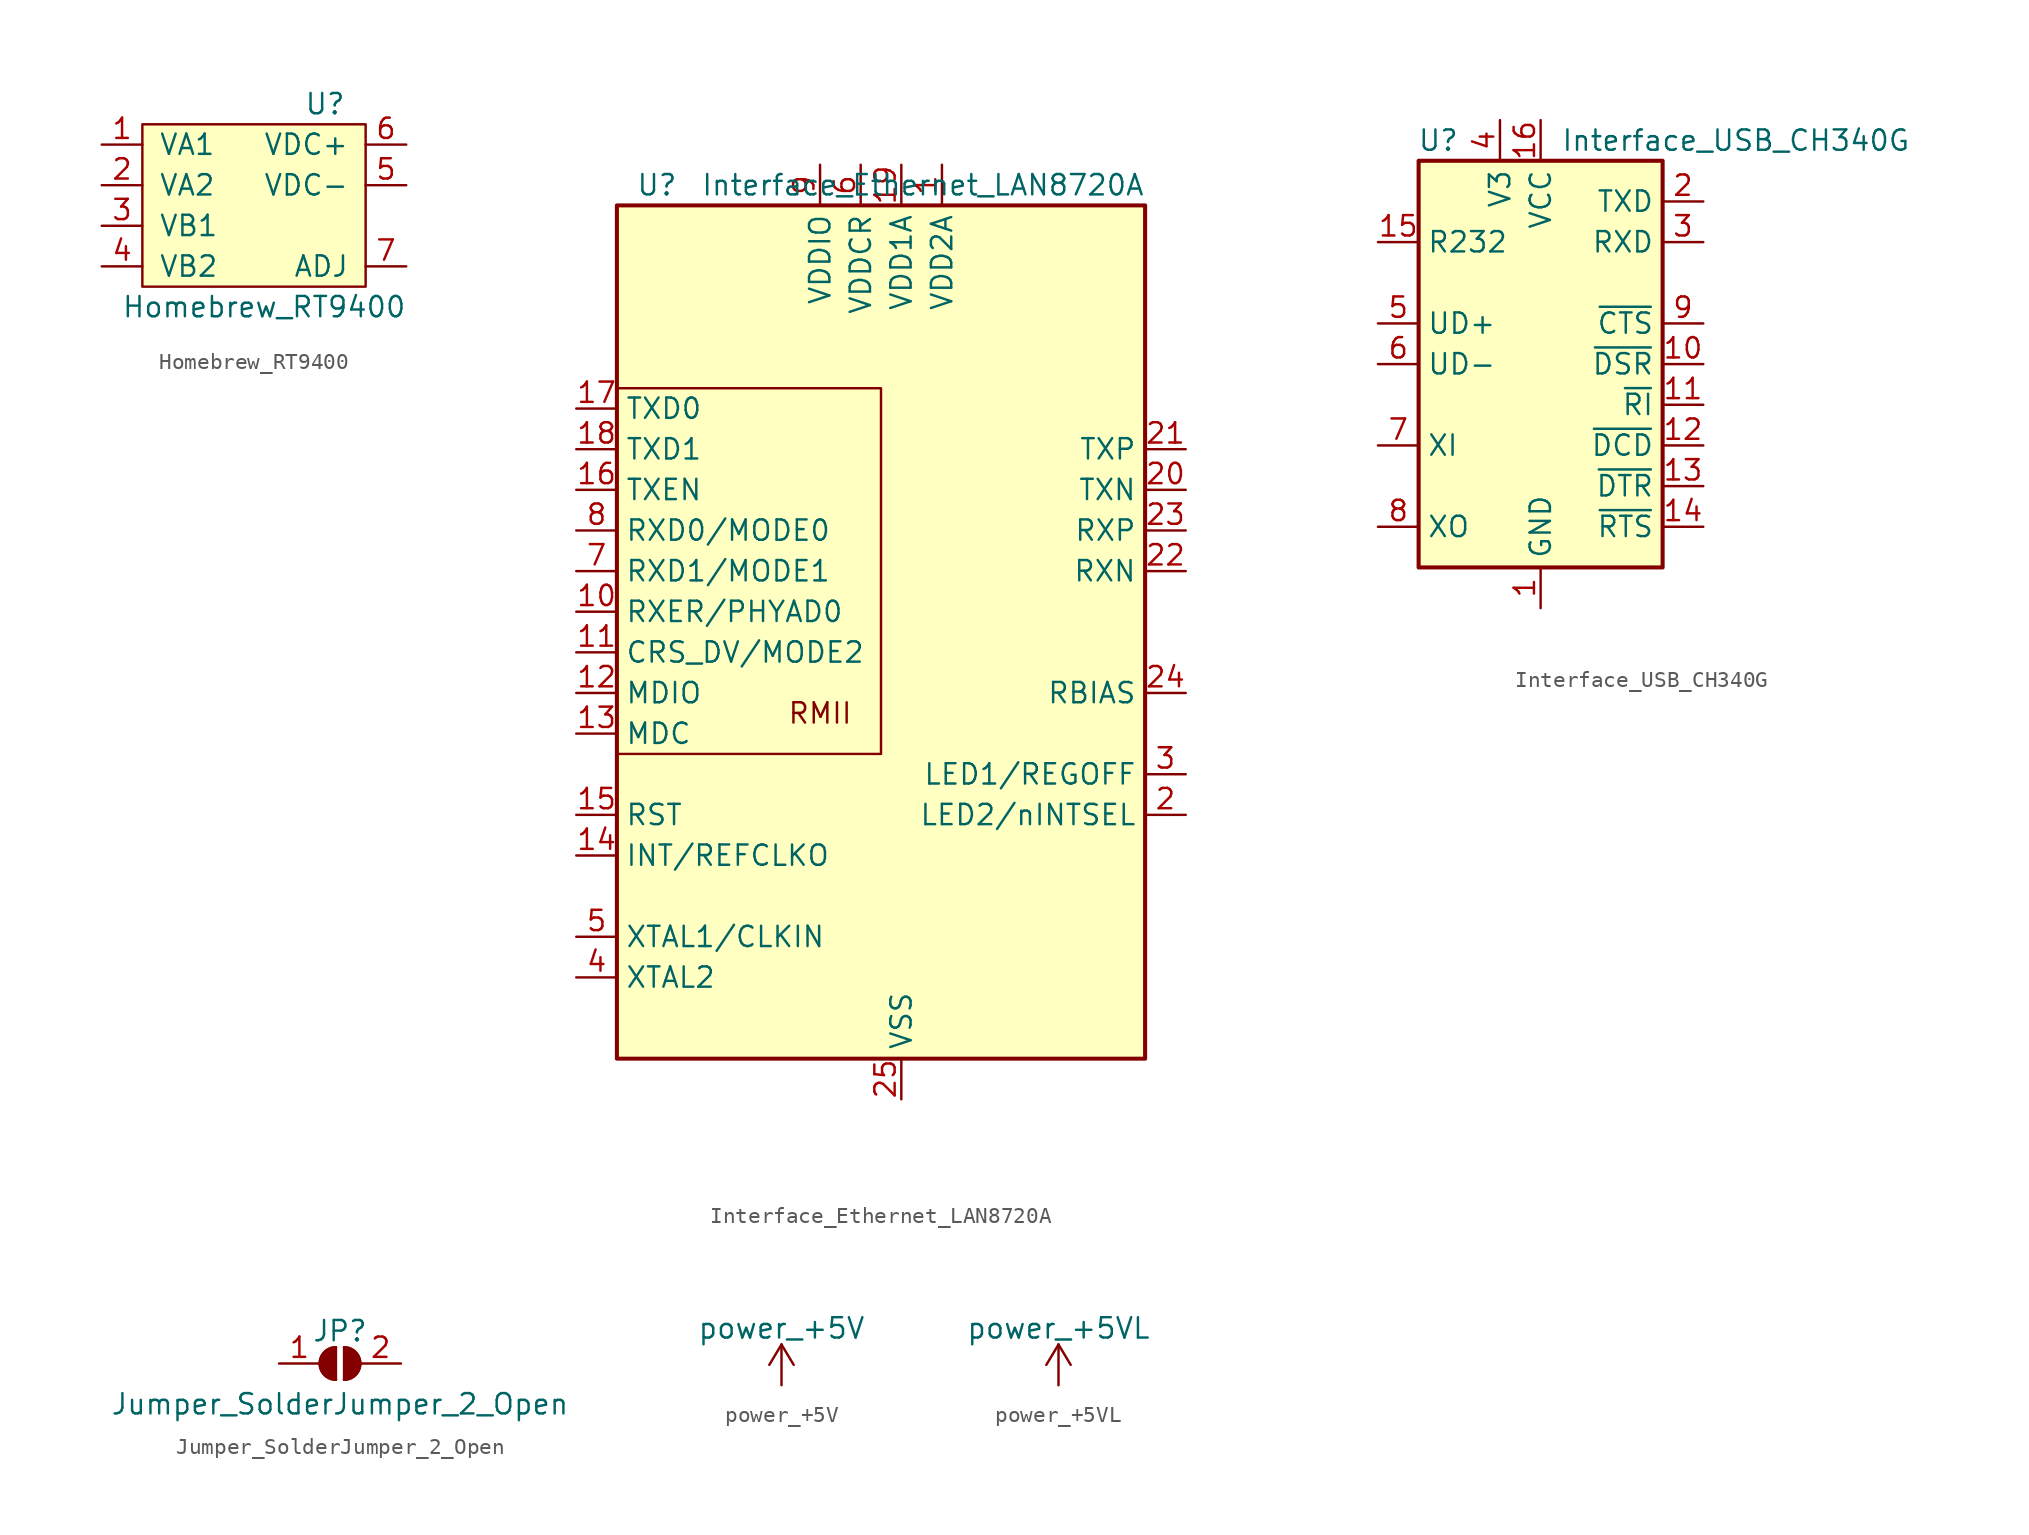
<source format=kicad_sym>
(kicad_symbol_lib
  (version 20231120)
  (generator "kicad_symbol_editor")
  (generator_version "8.0")
  (symbol "Homebrew_RT9400"
    (pin_names
      (offset 1.016))
    (property "Reference" "U"
      (at 5.08 6.35 0)
      (effects (font (size 1.27 1.27))))
    (property "Value" "Homebrew_RT9400"
      (at 1.27 -6.35 0)
      (effects (font (size 1.27 1.27))))
    (symbol "Homebrew_RT9400_0_1"
      (rectangle (start -6.35 5.08) (end 7.62 -5.08) (stroke (width 0) (type solid)) (fill (type background))))
    (symbol "Homebrew_RT9400_1_1"
      (pin power_in line (at -8.89 3.81 0) (length 2.54) (name "VA1" (effects (font (size 1.27 1.27)))) (number "1" (effects (font (size 1.27 1.27)))))
      (pin power_in line (at -8.89 1.27 0) (length 2.54) (name "VA2" (effects (font (size 1.27 1.27)))) (number "2" (effects (font (size 1.27 1.27)))))
      (pin power_in line (at -8.89 -1.27 0) (length 2.54) (name "VB1" (effects (font (size 1.27 1.27)))) (number "3" (effects (font (size 1.27 1.27)))))
      (pin power_in line (at -8.89 -3.81 0) (length 2.54) (name "VB2" (effects (font (size 1.27 1.27)))) (number "4" (effects (font (size 1.27 1.27)))))
      (pin power_in line (at 10.16 1.27 180) (length 2.54) (name "VDC-" (effects (font (size 1.27 1.27)))) (number "5" (effects (font (size 1.27 1.27)))))
      (pin power_out line (at 10.16 3.81 180) (length 2.54) (name "VDC+" (effects (font (size 1.27 1.27)))) (number "6" (effects (font (size 1.27 1.27)))))
      (pin input line (at 10.16 -3.81 180) (length 2.54) (name "ADJ" (effects (font (size 1.27 1.27)))) (number "7" (effects (font (size 1.27 1.27)))))))
  (symbol "Interface_Ethernet_LAN8720A"
    (property "Reference" "U"
      (at -13.97 29.21 0)
      (effects (font (size 1.27 1.27)) (justify right)))
    (property "Value" "Interface_Ethernet_LAN8720A"
      (at 15.24 29.21 0)
      (effects (font (size 1.27 1.27)) (justify right)))
    (symbol "Interface_Ethernet_LAN8720A_0_0"
      (text "RMII" (at -5.08 -3.81 0) (effects (font (size 1.27 1.27)))))
    (symbol "Interface_Ethernet_LAN8720A_0_1"
      (rectangle (start -17.78 27.94) (end 15.24 -25.4) (stroke (width 0.254) (type solid)) (fill (type background)))
      (polyline (pts (xy -17.78 -6.35) (xy -1.27 -6.35) (xy -1.27 16.51) (xy -17.78 16.51)) (stroke (width 0) (type solid)) (fill (type none))))
    (symbol "Interface_Ethernet_LAN8720A_1_1"
      (pin power_in line (at 2.54 30.48 270) (length 2.54) (name "VDD2A" (effects (font (size 1.27 1.27)))) (number "1" (effects (font (size 1.27 1.27)))))
      (pin output line (at -20.32 2.54 0) (length 2.54) (name "RXER/PHYAD0" (effects (font (size 1.27 1.27)))) (number "10" (effects (font (size 1.27 1.27)))))
      (pin output line (at -20.32 0 0) (length 2.54) (name "CRS_DV/MODE2" (effects (font (size 1.27 1.27)))) (number "11" (effects (font (size 1.27 1.27)))))
      (pin bidirectional line (at -20.32 -2.54 0) (length 2.54) (name "MDIO" (effects (font (size 1.27 1.27)))) (number "12" (effects (font (size 1.27 1.27)))))
      (pin input line (at -20.32 -5.08 0) (length 2.54) (name "MDC" (effects (font (size 1.27 1.27)))) (number "13" (effects (font (size 1.27 1.27)))))
      (pin output line (at -20.32 -12.7 0) (length 2.54) (name "INT/REFCLKO" (effects (font (size 1.27 1.27)))) (number "14" (effects (font (size 1.27 1.27)))))
      (pin input line (at -20.32 -10.16 0) (length 2.54) (name "RST" (effects (font (size 1.27 1.27)))) (number "15" (effects (font (size 1.27 1.27)))))
      (pin input line (at -20.32 10.16 0) (length 2.54) (name "TXEN" (effects (font (size 1.27 1.27)))) (number "16" (effects (font (size 1.27 1.27)))))
      (pin input line (at -20.32 15.24 0) (length 2.54) (name "TXD0" (effects (font (size 1.27 1.27)))) (number "17" (effects (font (size 1.27 1.27)))))
      (pin input line (at -20.32 12.7 0) (length 2.54) (name "TXD1" (effects (font (size 1.27 1.27)))) (number "18" (effects (font (size 1.27 1.27)))))
      (pin power_in line (at 0 30.48 270) (length 2.54) (name "VDD1A" (effects (font (size 1.27 1.27)))) (number "19" (effects (font (size 1.27 1.27)))))
      (pin bidirectional line (at 17.78 -10.16 180) (length 2.54) (name "LED2/nINTSEL" (effects (font (size 1.27 1.27)))) (number "2" (effects (font (size 1.27 1.27)))))
      (pin output line (at 17.78 10.16 180) (length 2.54) (name "TXN" (effects (font (size 1.27 1.27)))) (number "20" (effects (font (size 1.27 1.27)))))
      (pin output line (at 17.78 12.7 180) (length 2.54) (name "TXP" (effects (font (size 1.27 1.27)))) (number "21" (effects (font (size 1.27 1.27)))))
      (pin output line (at 17.78 5.08 180) (length 2.54) (name "RXN" (effects (font (size 1.27 1.27)))) (number "22" (effects (font (size 1.27 1.27)))))
      (pin output line (at 17.78 7.62 180) (length 2.54) (name "RXP" (effects (font (size 1.27 1.27)))) (number "23" (effects (font (size 1.27 1.27)))))
      (pin input line (at 17.78 -2.54 180) (length 2.54) (name "RBIAS" (effects (font (size 1.27 1.27)))) (number "24" (effects (font (size 1.27 1.27)))))
      (pin power_in line (at 0 -27.94 90) (length 2.54) (name "VSS" (effects (font (size 1.27 1.27)))) (number "25" (effects (font (size 1.27 1.27)))))
      (pin bidirectional line (at 17.78 -7.62 180) (length 2.54) (name "LED1/REGOFF" (effects (font (size 1.27 1.27)))) (number "3" (effects (font (size 1.27 1.27)))))
      (pin passive line (at -20.32 -20.32 0) (length 2.54) (name "XTAL2" (effects (font (size 1.27 1.27)))) (number "4" (effects (font (size 1.27 1.27)))))
      (pin passive line (at -20.32 -17.78 0) (length 2.54) (name "XTAL1/CLKIN" (effects (font (size 1.27 1.27)))) (number "5" (effects (font (size 1.27 1.27)))))
      (pin power_in line (at -2.54 30.48 270) (length 2.54) (name "VDDCR" (effects (font (size 1.27 1.27)))) (number "6" (effects (font (size 1.27 1.27)))))
      (pin output line (at -20.32 5.08 0) (length 2.54) (name "RXD1/MODE1" (effects (font (size 1.27 1.27)))) (number "7" (effects (font (size 1.27 1.27)))))
      (pin output line (at -20.32 7.62 0) (length 2.54) (name "RXD0/MODE0" (effects (font (size 1.27 1.27)))) (number "8" (effects (font (size 1.27 1.27)))))
      (pin power_in line (at -5.08 30.48 270) (length 2.54) (name "VDDIO" (effects (font (size 1.27 1.27)))) (number "9" (effects (font (size 1.27 1.27)))))))
  (symbol "Interface_USB_CH340G"
    (property "Reference" "U"
      (at -5.08 13.97 0)
      (effects (font (size 1.27 1.27)) (justify right)))
    (property "Value" "Interface_USB_CH340G"
      (at 1.27 13.97 0)
      (effects (font (size 1.27 1.27)) (justify left)))
    (symbol "Interface_USB_CH340G_0_1"
      (rectangle (start -7.62 12.7) (end 7.62 -12.7) (stroke (width 0.254) (type solid)) (fill (type background))))
    (symbol "Interface_USB_CH340G_1_1"
      (pin power_in line (at 0 -15.24 90) (length 2.54) (name "GND" (effects (font (size 1.27 1.27)))) (number "1" (effects (font (size 1.27 1.27)))))
      (pin input line (at 10.16 0 180) (length 2.54) (name "~{DSR}" (effects (font (size 1.27 1.27)))) (number "10" (effects (font (size 1.27 1.27)))))
      (pin input line (at 10.16 -2.54 180) (length 2.54) (name "~{RI}" (effects (font (size 1.27 1.27)))) (number "11" (effects (font (size 1.27 1.27)))))
      (pin input line (at 10.16 -5.08 180) (length 2.54) (name "~{DCD}" (effects (font (size 1.27 1.27)))) (number "12" (effects (font (size 1.27 1.27)))))
      (pin output line (at 10.16 -7.62 180) (length 2.54) (name "~{DTR}" (effects (font (size 1.27 1.27)))) (number "13" (effects (font (size 1.27 1.27)))))
      (pin output line (at 10.16 -10.16 180) (length 2.54) (name "~{RTS}" (effects (font (size 1.27 1.27)))) (number "14" (effects (font (size 1.27 1.27)))))
      (pin input line (at -10.16 7.62 0) (length 2.54) (name "R232" (effects (font (size 1.27 1.27)))) (number "15" (effects (font (size 1.27 1.27)))))
      (pin power_in line (at 0 15.24 270) (length 2.54) (name "VCC" (effects (font (size 1.27 1.27)))) (number "16" (effects (font (size 1.27 1.27)))))
      (pin output line (at 10.16 10.16 180) (length 2.54) (name "TXD" (effects (font (size 1.27 1.27)))) (number "2" (effects (font (size 1.27 1.27)))))
      (pin input line (at 10.16 7.62 180) (length 2.54) (name "RXD" (effects (font (size 1.27 1.27)))) (number "3" (effects (font (size 1.27 1.27)))))
      (pin passive line (at -2.54 15.24 270) (length 2.54) (name "V3" (effects (font (size 1.27 1.27)))) (number "4" (effects (font (size 1.27 1.27)))))
      (pin bidirectional line (at -10.16 2.54 0) (length 2.54) (name "UD+" (effects (font (size 1.27 1.27)))) (number "5" (effects (font (size 1.27 1.27)))))
      (pin bidirectional line (at -10.16 0 0) (length 2.54) (name "UD-" (effects (font (size 1.27 1.27)))) (number "6" (effects (font (size 1.27 1.27)))))
      (pin input line (at -10.16 -5.08 0) (length 2.54) (name "XI" (effects (font (size 1.27 1.27)))) (number "7" (effects (font (size 1.27 1.27)))))
      (pin output line (at -10.16 -10.16 0) (length 2.54) (name "XO" (effects (font (size 1.27 1.27)))) (number "8" (effects (font (size 1.27 1.27)))))
      (pin input line (at 10.16 2.54 180) (length 2.54) (name "~{CTS}" (effects (font (size 1.27 1.27)))) (number "9" (effects (font (size 1.27 1.27)))))))
  (symbol "Jumper_SolderJumper_2_Open"
    (pin_names
      (offset 0) hide)
    (property "Reference" "JP"
      (at 0 2.032 0)
      (effects (font (size 1.27 1.27))))
    (property "Value" "Jumper_SolderJumper_2_Open"
      (at 0 -2.54 0)
      (effects (font (size 1.27 1.27))))
    (symbol "Jumper_SolderJumper_2_Open_0_1"
      (arc (start -0.254 1.016) (mid -1.27 0) (end -0.254 -1.016) (stroke (width 0) (type solid)) (fill (type none)))
      (arc (start -0.254 1.016) (mid -1.27 0) (end -0.254 -1.016) (stroke (width 0) (type solid)) (fill (type outline)))
      (polyline (pts (xy -0.254 1.016) (xy -0.254 -1.016)) (stroke (width 0) (type solid)) (fill (type none)))
      (polyline (pts (xy 0.254 1.016) (xy 0.254 -1.016)) (stroke (width 0) (type solid)) (fill (type none)))
      (arc (start 0.254 -1.016) (mid 1.27 0) (end 0.254 1.016) (stroke (width 0) (type solid)) (fill (type none)))
      (arc (start 0.254 -1.016) (mid 1.27 0) (end 0.254 1.016) (stroke (width 0) (type solid)) (fill (type outline))))
    (symbol "Jumper_SolderJumper_2_Open_1_1"
      (pin passive line (at -3.81 0 0) (length 2.54) (name "A" (effects (font (size 1.27 1.27)))) (number "1" (effects (font (size 1.27 1.27)))))
      (pin passive line (at 3.81 0 180) (length 2.54) (name "B" (effects (font (size 1.27 1.27)))) (number "2" (effects (font (size 1.27 1.27)))))))
  (symbol "power_+5V"
    (power)
    (pin_names
      (offset 0))
    (property "Reference" "#PWR"
      (at 0 -3.81 0)
      (effects (font (size 1.27 1.27)) (hide yes)))
    (property "Value" "power_+5V"
      (at 0 3.556 0)
      (effects (font (size 1.27 1.27))))
    (symbol "power_+5V_0_1"
      (polyline (pts (xy -0.762 1.27) (xy 0 2.54)) (stroke (width 0) (type solid)) (fill (type none)))
      (polyline (pts (xy 0 0) (xy 0 2.54)) (stroke (width 0) (type solid)) (fill (type none)))
      (polyline (pts (xy 0 2.54) (xy 0.762 1.27)) (stroke (width 0) (type solid)) (fill (type none))))
    (symbol "power_+5V_1_1"
      (pin power_in line (at 0 0 90) (length 0) hide (name "+5V" (effects (font (size 1.27 1.27)))) (number "1" (effects (font (size 1.27 1.27)))))))
  (symbol "power_+5VL"
    (power)
    (pin_names
      (offset 0))
    (property "Reference" "#PWR"
      (at 0 -3.81 0)
      (effects (font (size 1.27 1.27)) (hide yes)))
    (property "Value" "power_+5VL"
      (at 0 3.556 0)
      (effects (font (size 1.27 1.27))))
    (symbol "power_+5VL_0_1"
      (polyline (pts (xy -0.762 1.27) (xy 0 2.54)) (stroke (width 0) (type solid)) (fill (type none)))
      (polyline (pts (xy 0 0) (xy 0 2.54)) (stroke (width 0) (type solid)) (fill (type none)))
      (polyline (pts (xy 0 2.54) (xy 0.762 1.27)) (stroke (width 0) (type solid)) (fill (type none))))
    (symbol "power_+5VL_1_1"
      (pin power_in line (at 0 0 90) (length 0) hide (name "+5VL" (effects (font (size 1.27 1.27)))) (number "1" (effects (font (size 1.27 1.27))))))))
</source>
